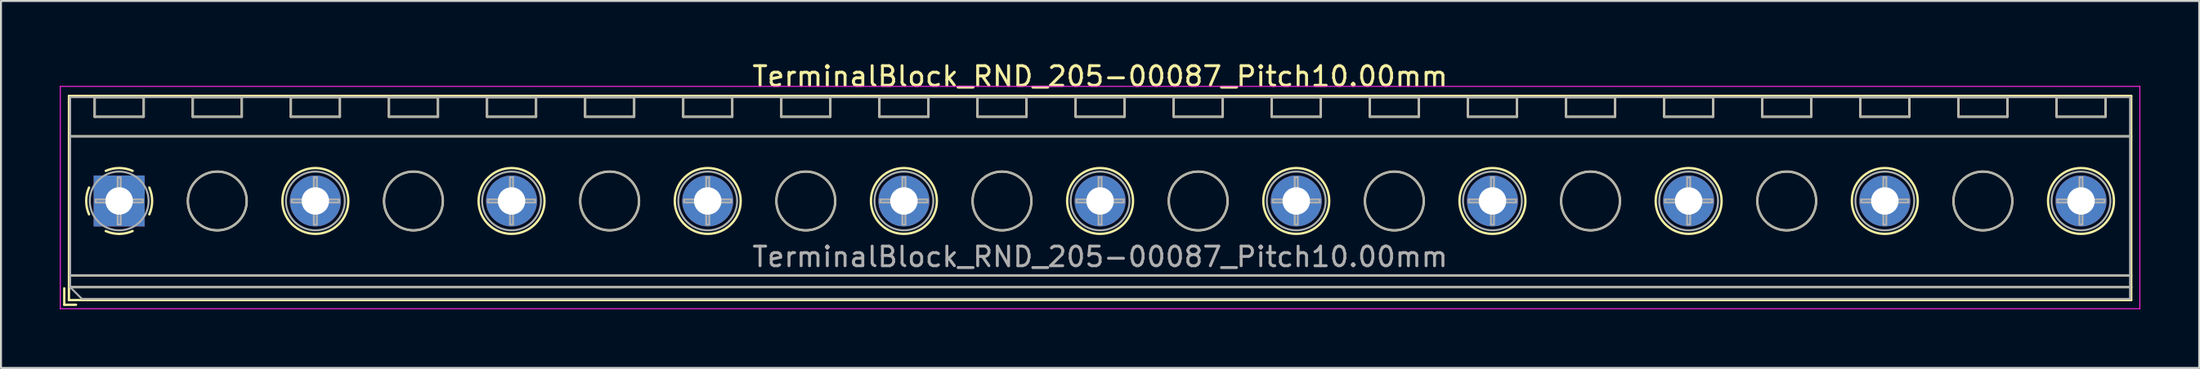
<source format=kicad_pcb>
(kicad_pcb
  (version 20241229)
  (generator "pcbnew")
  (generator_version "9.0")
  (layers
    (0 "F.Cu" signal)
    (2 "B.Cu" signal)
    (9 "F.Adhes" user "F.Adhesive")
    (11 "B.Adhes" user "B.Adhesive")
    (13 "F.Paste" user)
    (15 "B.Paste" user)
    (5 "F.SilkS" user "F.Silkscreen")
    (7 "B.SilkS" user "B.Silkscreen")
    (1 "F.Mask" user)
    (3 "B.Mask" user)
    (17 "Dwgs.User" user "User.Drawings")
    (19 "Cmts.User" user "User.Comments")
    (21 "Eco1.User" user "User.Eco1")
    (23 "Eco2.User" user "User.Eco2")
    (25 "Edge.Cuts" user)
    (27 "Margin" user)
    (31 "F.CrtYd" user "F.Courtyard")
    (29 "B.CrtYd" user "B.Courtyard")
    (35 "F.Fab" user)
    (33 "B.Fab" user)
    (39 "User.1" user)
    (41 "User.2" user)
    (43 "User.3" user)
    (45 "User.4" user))
  (footprint "TerminalBlock_RND_205-00087_Pitch10.00mm"
    (layer "F.Cu")
    (at 3.025 7.208)
    (property "Reference" "TerminalBlock_RND_205-00087_Pitch10.00mm" (at 50 -6.36 0) (layer "F.SilkS") (effects (font (size 1 1) (thickness 0.15))))
    (attr through_hole)
    (fp_line (start -2.8 4.46) (end -2.8 5.3) (stroke (width 0.12) (type solid)) (layer "F.SilkS"))
    (fp_line (start -2.8 5.3) (end -2.2 5.3) (stroke (width 0.12) (type solid)) (layer "F.SilkS"))
    (fp_line (start -2.56 -5.36) (end -2.56 5.06) (stroke (width 0.12) (type solid)) (layer "F.SilkS"))
    (fp_line (start -2.56 -3.3) (end 102.56 -3.3) (stroke (width 0.12) (type solid)) (layer "F.SilkS"))
    (fp_line (start -2.56 3.8) (end 102.56 3.8) (stroke (width 0.12) (type solid)) (layer "F.SilkS"))
    (fp_line (start -2.56 4.4) (end 102.56 4.4) (stroke (width 0.12) (type solid)) (layer "F.SilkS"))
    (fp_line (start -2.56 5.06) (end 102.56 5.06) (stroke (width 0.12) (type solid)) (layer "F.SilkS"))
    (fp_line (start -1.25 -5.301) (end -1.25 -4.301) (stroke (width 0.12) (type solid)) (layer "F.SilkS"))
    (fp_line (start -1.25 -5.301) (end 1.25 -5.301) (stroke (width 0.12) (type solid)) (layer "F.SilkS"))
    (fp_line (start -1.25 -4.301) (end 1.25 -4.301) (stroke (width 0.12) (type solid)) (layer "F.SilkS"))
    (fp_line (start 1.25 -5.301) (end 1.25 -4.301) (stroke (width 0.12) (type solid)) (layer "F.SilkS"))
    (fp_line (start 3.75 -5.301) (end 3.75 -4.301) (stroke (width 0.12) (type solid)) (layer "F.SilkS"))
    (fp_line (start 3.75 -5.301) (end 6.25 -5.301) (stroke (width 0.12) (type solid)) (layer "F.SilkS"))
    (fp_line (start 3.75 -4.301) (end 6.25 -4.301) (stroke (width 0.12) (type solid)) (layer "F.SilkS"))
    (fp_line (start 6.25 -5.301) (end 6.25 -4.301) (stroke (width 0.12) (type solid)) (layer "F.SilkS"))
    (fp_line (start 8.75 -5.301) (end 8.75 -4.301) (stroke (width 0.12) (type solid)) (layer "F.SilkS"))
    (fp_line (start 8.75 -5.301) (end 11.25 -5.301) (stroke (width 0.12) (type solid)) (layer "F.SilkS"))
    (fp_line (start 8.75 -4.301) (end 11.25 -4.301) (stroke (width 0.12) (type solid)) (layer "F.SilkS"))
    (fp_line (start 11.25 -5.301) (end 11.25 -4.301) (stroke (width 0.12) (type solid)) (layer "F.SilkS"))
    (fp_line (start 13.75 -5.301) (end 13.75 -4.301) (stroke (width 0.12) (type solid)) (layer "F.SilkS"))
    (fp_line (start 13.75 -5.301) (end 16.25 -5.301) (stroke (width 0.12) (type solid)) (layer "F.SilkS"))
    (fp_line (start 13.75 -4.301) (end 16.25 -4.301) (stroke (width 0.12) (type solid)) (layer "F.SilkS"))
    (fp_line (start 16.25 -5.301) (end 16.25 -4.301) (stroke (width 0.12) (type solid)) (layer "F.SilkS"))
    (fp_line (start 18.75 -5.301) (end 18.75 -4.301) (stroke (width 0.12) (type solid)) (layer "F.SilkS"))
    (fp_line (start 18.75 -5.301) (end 21.25 -5.301) (stroke (width 0.12) (type solid)) (layer "F.SilkS"))
    (fp_line (start 18.75 -4.301) (end 21.25 -4.301) (stroke (width 0.12) (type solid)) (layer "F.SilkS"))
    (fp_line (start 21.25 -5.301) (end 21.25 -4.301) (stroke (width 0.12) (type solid)) (layer "F.SilkS"))
    (fp_line (start 23.75 -5.301) (end 23.75 -4.301) (stroke (width 0.12) (type solid)) (layer "F.SilkS"))
    (fp_line (start 23.75 -5.301) (end 26.25 -5.301) (stroke (width 0.12) (type solid)) (layer "F.SilkS"))
    (fp_line (start 23.75 -4.301) (end 26.25 -4.301) (stroke (width 0.12) (type solid)) (layer "F.SilkS"))
    (fp_line (start 26.25 -5.301) (end 26.25 -4.301) (stroke (width 0.12) (type solid)) (layer "F.SilkS"))
    (fp_line (start 28.75 -5.301) (end 28.75 -4.301) (stroke (width 0.12) (type solid)) (layer "F.SilkS"))
    (fp_line (start 28.75 -5.301) (end 31.25 -5.301) (stroke (width 0.12) (type solid)) (layer "F.SilkS"))
    (fp_line (start 28.75 -4.301) (end 31.25 -4.301) (stroke (width 0.12) (type solid)) (layer "F.SilkS"))
    (fp_line (start 31.25 -5.301) (end 31.25 -4.301) (stroke (width 0.12) (type solid)) (layer "F.SilkS"))
    (fp_line (start 33.75 -5.301) (end 33.75 -4.301) (stroke (width 0.12) (type solid)) (layer "F.SilkS"))
    (fp_line (start 33.75 -5.301) (end 36.25 -5.301) (stroke (width 0.12) (type solid)) (layer "F.SilkS"))
    (fp_line (start 33.75 -4.301) (end 36.25 -4.301) (stroke (width 0.12) (type solid)) (layer "F.SilkS"))
    (fp_line (start 36.25 -5.301) (end 36.25 -4.301) (stroke (width 0.12) (type solid)) (layer "F.SilkS"))
    (fp_line (start 38.75 -5.301) (end 38.75 -4.301) (stroke (width 0.12) (type solid)) (layer "F.SilkS"))
    (fp_line (start 38.75 -5.301) (end 41.25 -5.301) (stroke (width 0.12) (type solid)) (layer "F.SilkS"))
    (fp_line (start 38.75 -4.301) (end 41.25 -4.301) (stroke (width 0.12) (type solid)) (layer "F.SilkS"))
    (fp_line (start 41.25 -5.301) (end 41.25 -4.301) (stroke (width 0.12) (type solid)) (layer "F.SilkS"))
    (fp_line (start 43.75 -5.301) (end 43.75 -4.301) (stroke (width 0.12) (type solid)) (layer "F.SilkS"))
    (fp_line (start 43.75 -5.301) (end 46.25 -5.301) (stroke (width 0.12) (type solid)) (layer "F.SilkS"))
    (fp_line (start 43.75 -4.301) (end 46.25 -4.301) (stroke (width 0.12) (type solid)) (layer "F.SilkS"))
    (fp_line (start 46.25 -5.301) (end 46.25 -4.301) (stroke (width 0.12) (type solid)) (layer "F.SilkS"))
    (fp_line (start 48.75 -5.301) (end 48.75 -4.301) (stroke (width 0.12) (type solid)) (layer "F.SilkS"))
    (fp_line (start 48.75 -5.301) (end 51.25 -5.301) (stroke (width 0.12) (type solid)) (layer "F.SilkS"))
    (fp_line (start 48.75 -4.301) (end 51.25 -4.301) (stroke (width 0.12) (type solid)) (layer "F.SilkS"))
    (fp_line (start 51.25 -5.301) (end 51.25 -4.301) (stroke (width 0.12) (type solid)) (layer "F.SilkS"))
    (fp_line (start 53.75 -5.301) (end 53.75 -4.301) (stroke (width 0.12) (type solid)) (layer "F.SilkS"))
    (fp_line (start 53.75 -5.301) (end 56.25 -5.301) (stroke (width 0.12) (type solid)) (layer "F.SilkS"))
    (fp_line (start 53.75 -4.301) (end 56.25 -4.301) (stroke (width 0.12) (type solid)) (layer "F.SilkS"))
    (fp_line (start 56.25 -5.301) (end 56.25 -4.301) (stroke (width 0.12) (type solid)) (layer "F.SilkS"))
    (fp_line (start 58.75 -5.301) (end 58.75 -4.301) (stroke (width 0.12) (type solid)) (layer "F.SilkS"))
    (fp_line (start 58.75 -5.301) (end 61.25 -5.301) (stroke (width 0.12) (type solid)) (layer "F.SilkS"))
    (fp_line (start 58.75 -4.301) (end 61.25 -4.301) (stroke (width 0.12) (type solid)) (layer "F.SilkS"))
    (fp_line (start 61.25 -5.301) (end 61.25 -4.301) (stroke (width 0.12) (type solid)) (layer "F.SilkS"))
    (fp_line (start 63.75 -5.301) (end 63.75 -4.301) (stroke (width 0.12) (type solid)) (layer "F.SilkS"))
    (fp_line (start 63.75 -5.301) (end 66.25 -5.301) (stroke (width 0.12) (type solid)) (layer "F.SilkS"))
    (fp_line (start 63.75 -4.301) (end 66.25 -4.301) (stroke (width 0.12) (type solid)) (layer "F.SilkS"))
    (fp_line (start 66.25 -5.301) (end 66.25 -4.301) (stroke (width 0.12) (type solid)) (layer "F.SilkS"))
    (fp_line (start 68.75 -5.301) (end 68.75 -4.301) (stroke (width 0.12) (type solid)) (layer "F.SilkS"))
    (fp_line (start 68.75 -5.301) (end 71.25 -5.301) (stroke (width 0.12) (type solid)) (layer "F.SilkS"))
    (fp_line (start 68.75 -4.301) (end 71.25 -4.301) (stroke (width 0.12) (type solid)) (layer "F.SilkS"))
    (fp_line (start 71.25 -5.301) (end 71.25 -4.301) (stroke (width 0.12) (type solid)) (layer "F.SilkS"))
    (fp_line (start 73.75 -5.301) (end 73.75 -4.301) (stroke (width 0.12) (type solid)) (layer "F.SilkS"))
    (fp_line (start 73.75 -5.301) (end 76.25 -5.301) (stroke (width 0.12) (type solid)) (layer "F.SilkS"))
    (fp_line (start 73.75 -4.301) (end 76.25 -4.301) (stroke (width 0.12) (type solid)) (layer "F.SilkS"))
    (fp_line (start 76.25 -5.301) (end 76.25 -4.301) (stroke (width 0.12) (type solid)) (layer "F.SilkS"))
    (fp_line (start 78.75 -5.301) (end 78.75 -4.301) (stroke (width 0.12) (type solid)) (layer "F.SilkS"))
    (fp_line (start 78.75 -5.301) (end 81.25 -5.301) (stroke (width 0.12) (type solid)) (layer "F.SilkS"))
    (fp_line (start 78.75 -4.301) (end 81.25 -4.301) (stroke (width 0.12) (type solid)) (layer "F.SilkS"))
    (fp_line (start 81.25 -5.301) (end 81.25 -4.301) (stroke (width 0.12) (type solid)) (layer "F.SilkS"))
    (fp_line (start 83.75 -5.301) (end 83.75 -4.301) (stroke (width 0.12) (type solid)) (layer "F.SilkS"))
    (fp_line (start 83.75 -5.301) (end 86.25 -5.301) (stroke (width 0.12) (type solid)) (layer "F.SilkS"))
    (fp_line (start 83.75 -4.301) (end 86.25 -4.301) (stroke (width 0.12) (type solid)) (layer "F.SilkS"))
    (fp_line (start 86.25 -5.301) (end 86.25 -4.301) (stroke (width 0.12) (type solid)) (layer "F.SilkS"))
    (fp_line (start 88.75 -5.301) (end 88.75 -4.301) (stroke (width 0.12) (type solid)) (layer "F.SilkS"))
    (fp_line (start 88.75 -5.301) (end 91.25 -5.301) (stroke (width 0.12) (type solid)) (layer "F.SilkS"))
    (fp_line (start 88.75 -4.301) (end 91.25 -4.301) (stroke (width 0.12) (type solid)) (layer "F.SilkS"))
    (fp_line (start 91.25 -5.301) (end 91.25 -4.301) (stroke (width 0.12) (type solid)) (layer "F.SilkS"))
    (fp_line (start 93.75 -5.301) (end 93.75 -4.301) (stroke (width 0.12) (type solid)) (layer "F.SilkS"))
    (fp_line (start 93.75 -5.301) (end 96.25 -5.301) (stroke (width 0.12) (type solid)) (layer "F.SilkS"))
    (fp_line (start 93.75 -4.301) (end 96.25 -4.301) (stroke (width 0.12) (type solid)) (layer "F.SilkS"))
    (fp_line (start 96.25 -5.301) (end 96.25 -4.301) (stroke (width 0.12) (type solid)) (layer "F.SilkS"))
    (fp_line (start 98.75 -5.301) (end 98.75 -4.301) (stroke (width 0.12) (type solid)) (layer "F.SilkS"))
    (fp_line (start 98.75 -5.301) (end 101.25 -5.301) (stroke (width 0.12) (type solid)) (layer "F.SilkS"))
    (fp_line (start 98.75 -4.301) (end 101.25 -4.301) (stroke (width 0.12) (type solid)) (layer "F.SilkS"))
    (fp_line (start 101.25 -5.301) (end 101.25 -4.301) (stroke (width 0.12) (type solid)) (layer "F.SilkS"))
    (fp_line (start 102.56 -5.36) (end -2.56 -5.36) (stroke (width 0.12) (type solid)) (layer "F.SilkS"))
    (fp_line (start 102.56 5.06) (end 102.56 -5.36) (stroke (width 0.12) (type solid)) (layer "F.SilkS"))
    (fp_arc (start -1.535427 0.683042) (mid -1.680501 -0.000524) (end -1.535 -0.684) (stroke (width 0.12) (type solid)) (layer "F.SilkS"))
    (fp_arc (start -0.683042 -1.535427) (mid 0.000524 -1.680501) (end 0.684 -1.535) (stroke (width 0.12) (type solid)) (layer "F.SilkS"))
    (fp_arc (start 0.028805 1.680253) (mid -0.335551 1.646659) (end -0.684 1.535) (stroke (width 0.12) (type solid)) (layer "F.SilkS"))
    (fp_arc (start 0.683318 1.534756) (mid 0.349292 1.643288) (end 0 1.68) (stroke (width 0.12) (type solid)) (layer "F.SilkS"))
    (fp_arc (start 1.535427 -0.683042) (mid 1.680501 0.000524) (end 1.535 0.684) (stroke (width 0.12) (type solid)) (layer "F.SilkS"))
    (fp_circle (center 5 0) (end 6.5 0) (stroke (width 0.12) (type solid)) (fill no) (layer "F.SilkS"))
    (fp_circle (center 10 0) (end 11.68 0) (stroke (width 0.12) (type solid)) (fill no) (layer "F.SilkS"))
    (fp_circle (center 15 0) (end 16.5 0) (stroke (width 0.12) (type solid)) (fill no) (layer "F.SilkS"))
    (fp_circle (center 20 0) (end 21.68 0) (stroke (width 0.12) (type solid)) (fill no) (layer "F.SilkS"))
    (fp_circle (center 25 0) (end 26.5 0) (stroke (width 0.12) (type solid)) (fill no) (layer "F.SilkS"))
    (fp_circle (center 30 0) (end 31.68 0) (stroke (width 0.12) (type solid)) (fill no) (layer "F.SilkS"))
    (fp_circle (center 35 0) (end 36.5 0) (stroke (width 0.12) (type solid)) (fill no) (layer "F.SilkS"))
    (fp_circle (center 40 0) (end 41.68 0) (stroke (width 0.12) (type solid)) (fill no) (layer "F.SilkS"))
    (fp_circle (center 45 0) (end 46.5 0) (stroke (width 0.12) (type solid)) (fill no) (layer "F.SilkS"))
    (fp_circle (center 50 0) (end 51.68 0) (stroke (width 0.12) (type solid)) (fill no) (layer "F.SilkS"))
    (fp_circle (center 55 0) (end 56.5 0) (stroke (width 0.12) (type solid)) (fill no) (layer "F.SilkS"))
    (fp_circle (center 60 0) (end 61.68 0) (stroke (width 0.12) (type solid)) (fill no) (layer "F.SilkS"))
    (fp_circle (center 65 0) (end 66.5 0) (stroke (width 0.12) (type solid)) (fill no) (layer "F.SilkS"))
    (fp_circle (center 70 0) (end 71.68 0) (stroke (width 0.12) (type solid)) (fill no) (layer "F.SilkS"))
    (fp_circle (center 75 0) (end 76.5 0) (stroke (width 0.12) (type solid)) (fill no) (layer "F.SilkS"))
    (fp_circle (center 80 0) (end 81.68 0) (stroke (width 0.12) (type solid)) (fill no) (layer "F.SilkS"))
    (fp_circle (center 85 0) (end 86.5 0) (stroke (width 0.12) (type solid)) (fill no) (layer "F.SilkS"))
    (fp_circle (center 90 0) (end 91.68 0) (stroke (width 0.12) (type solid)) (fill no) (layer "F.SilkS"))
    (fp_circle (center 95 0) (end 96.5 0) (stroke (width 0.12) (type solid)) (fill no) (layer "F.SilkS"))
    (fp_circle (center 100 0) (end 101.68 0) (stroke (width 0.12) (type solid)) (fill no) (layer "F.SilkS"))
    (fp_line (start -3 -5.85) (end -3 5.5) (stroke (width 0.05) (type solid)) (layer "F.CrtYd"))
    (fp_line (start -3 5.5) (end 103 5.5) (stroke (width 0.05) (type solid)) (layer "F.CrtYd"))
    (fp_line (start 103 -5.85) (end -3 -5.85) (stroke (width 0.05) (type solid)) (layer "F.CrtYd"))
    (fp_line (start 103 5.5) (end 103 -5.85) (stroke (width 0.05) (type solid)) (layer "F.CrtYd"))
    (fp_line (start -2.5 -5.3) (end 102.5 -5.3) (stroke (width 0.1) (type solid)) (layer "F.Fab"))
    (fp_line (start -2.5 -3.3) (end 102.5 -3.3) (stroke (width 0.1) (type solid)) (layer "F.Fab"))
    (fp_line (start -2.5 3.8) (end 102.5 3.8) (stroke (width 0.1) (type solid)) (layer "F.Fab"))
    (fp_line (start -2.5 4.4) (end -2.5 -5.3) (stroke (width 0.1) (type solid)) (layer "F.Fab"))
    (fp_line (start -2.5 4.4) (end 102.5 4.4) (stroke (width 0.1) (type solid)) (layer "F.Fab"))
    (fp_line (start -1.9 5) (end -2.5 4.4) (stroke (width 0.1) (type solid)) (layer "F.Fab"))
    (fp_line (start -1.25 -5.3) (end -1.25 -4.3) (stroke (width 0.1) (type solid)) (layer "F.Fab"))
    (fp_line (start -1.25 -4.3) (end 1.25 -4.3) (stroke (width 0.1) (type solid)) (layer "F.Fab"))
    (fp_line (start -1.201 -0.076) (end -0.076 -0.076) (stroke (width 0.1) (type solid)) (layer "F.Fab"))
    (fp_line (start -1.201 0.076) (end -1.201 -0.076) (stroke (width 0.1) (type solid)) (layer "F.Fab"))
    (fp_line (start -0.076 -1.201) (end 0.076 -1.201) (stroke (width 0.1) (type solid)) (layer "F.Fab"))
    (fp_line (start -0.076 -0.076) (end -0.076 -1.201) (stroke (width 0.1) (type solid)) (layer "F.Fab"))
    (fp_line (start -0.076 0.076) (end -1.201 0.076) (stroke (width 0.1) (type solid)) (layer "F.Fab"))
    (fp_line (start -0.076 1.201) (end -0.076 0.076) (stroke (width 0.1) (type solid)) (layer "F.Fab"))
    (fp_line (start 0.076 -1.201) (end 0.076 -0.076) (stroke (width 0.1) (type solid)) (layer "F.Fab"))
    (fp_line (start 0.076 -0.076) (end 1.201 -0.076) (stroke (width 0.1) (type solid)) (layer "F.Fab"))
    (fp_line (start 0.076 0.076) (end 0.076 1.201) (stroke (width 0.1) (type solid)) (layer "F.Fab"))
    (fp_line (start 0.076 1.201) (end -0.076 1.201) (stroke (width 0.1) (type solid)) (layer "F.Fab"))
    (fp_line (start 1.201 -0.076) (end 1.201 0.076) (stroke (width 0.1) (type solid)) (layer "F.Fab"))
    (fp_line (start 1.201 0.076) (end 0.076 0.076) (stroke (width 0.1) (type solid)) (layer "F.Fab"))
    (fp_line (start 1.25 -5.3) (end -1.25 -5.3) (stroke (width 0.1) (type solid)) (layer "F.Fab"))
    (fp_line (start 1.25 -4.3) (end 1.25 -5.3) (stroke (width 0.1) (type solid)) (layer "F.Fab"))
    (fp_line (start 3.75 -5.3) (end 3.75 -4.3) (stroke (width 0.1) (type solid)) (layer "F.Fab"))
    (fp_line (start 3.75 -4.3) (end 6.25 -4.3) (stroke (width 0.1) (type solid)) (layer "F.Fab"))
    (fp_line (start 6.25 -5.3) (end 3.75 -5.3) (stroke (width 0.1) (type solid)) (layer "F.Fab"))
    (fp_line (start 6.25 -4.3) (end 6.25 -5.3) (stroke (width 0.1) (type solid)) (layer "F.Fab"))
    (fp_line (start 8.75 -5.3) (end 8.75 -4.3) (stroke (width 0.1) (type solid)) (layer "F.Fab"))
    (fp_line (start 8.75 -4.3) (end 11.25 -4.3) (stroke (width 0.1) (type solid)) (layer "F.Fab"))
    (fp_line (start 8.799 -0.076) (end 9.924 -0.076) (stroke (width 0.1) (type solid)) (layer "F.Fab"))
    (fp_line (start 8.799 0.076) (end 8.799 -0.076) (stroke (width 0.1) (type solid)) (layer "F.Fab"))
    (fp_line (start 9.924 -1.201) (end 10.076 -1.201) (stroke (width 0.1) (type solid)) (layer "F.Fab"))
    (fp_line (start 9.924 -0.076) (end 9.924 -1.201) (stroke (width 0.1) (type solid)) (layer "F.Fab"))
    (fp_line (start 9.924 0.076) (end 8.799 0.076) (stroke (width 0.1) (type solid)) (layer "F.Fab"))
    (fp_line (start 9.924 1.201) (end 9.924 0.076) (stroke (width 0.1) (type solid)) (layer "F.Fab"))
    (fp_line (start 10.076 -1.201) (end 10.076 -0.076) (stroke (width 0.1) (type solid)) (layer "F.Fab"))
    (fp_line (start 10.076 -0.076) (end 11.201 -0.076) (stroke (width 0.1) (type solid)) (layer "F.Fab"))
    (fp_line (start 10.076 0.076) (end 10.076 1.201) (stroke (width 0.1) (type solid)) (layer "F.Fab"))
    (fp_line (start 10.076 1.201) (end 9.924 1.201) (stroke (width 0.1) (type solid)) (layer "F.Fab"))
    (fp_line (start 11.201 -0.076) (end 11.201 0.076) (stroke (width 0.1) (type solid)) (layer "F.Fab"))
    (fp_line (start 11.201 0.076) (end 10.076 0.076) (stroke (width 0.1) (type solid)) (layer "F.Fab"))
    (fp_line (start 11.25 -5.3) (end 8.75 -5.3) (stroke (width 0.1) (type solid)) (layer "F.Fab"))
    (fp_line (start 11.25 -4.3) (end 11.25 -5.3) (stroke (width 0.1) (type solid)) (layer "F.Fab"))
    (fp_line (start 13.75 -5.3) (end 13.75 -4.3) (stroke (width 0.1) (type solid)) (layer "F.Fab"))
    (fp_line (start 13.75 -4.3) (end 16.25 -4.3) (stroke (width 0.1) (type solid)) (layer "F.Fab"))
    (fp_line (start 16.25 -5.3) (end 13.75 -5.3) (stroke (width 0.1) (type solid)) (layer "F.Fab"))
    (fp_line (start 16.25 -4.3) (end 16.25 -5.3) (stroke (width 0.1) (type solid)) (layer "F.Fab"))
    (fp_line (start 18.75 -5.3) (end 18.75 -4.3) (stroke (width 0.1) (type solid)) (layer "F.Fab"))
    (fp_line (start 18.75 -4.3) (end 21.25 -4.3) (stroke (width 0.1) (type solid)) (layer "F.Fab"))
    (fp_line (start 18.799 -0.076) (end 19.924 -0.076) (stroke (width 0.1) (type solid)) (layer "F.Fab"))
    (fp_line (start 18.799 0.076) (end 18.799 -0.076) (stroke (width 0.1) (type solid)) (layer "F.Fab"))
    (fp_line (start 19.924 -1.201) (end 20.076 -1.201) (stroke (width 0.1) (type solid)) (layer "F.Fab"))
    (fp_line (start 19.924 -0.076) (end 19.924 -1.201) (stroke (width 0.1) (type solid)) (layer "F.Fab"))
    (fp_line (start 19.924 0.076) (end 18.799 0.076) (stroke (width 0.1) (type solid)) (layer "F.Fab"))
    (fp_line (start 19.924 1.201) (end 19.924 0.076) (stroke (width 0.1) (type solid)) (layer "F.Fab"))
    (fp_line (start 20.076 -1.201) (end 20.076 -0.076) (stroke (width 0.1) (type solid)) (layer "F.Fab"))
    (fp_line (start 20.076 -0.076) (end 21.201 -0.076) (stroke (width 0.1) (type solid)) (layer "F.Fab"))
    (fp_line (start 20.076 0.076) (end 20.076 1.201) (stroke (width 0.1) (type solid)) (layer "F.Fab"))
    (fp_line (start 20.076 1.201) (end 19.924 1.201) (stroke (width 0.1) (type solid)) (layer "F.Fab"))
    (fp_line (start 21.201 -0.076) (end 21.201 0.076) (stroke (width 0.1) (type solid)) (layer "F.Fab"))
    (fp_line (start 21.201 0.076) (end 20.076 0.076) (stroke (width 0.1) (type solid)) (layer "F.Fab"))
    (fp_line (start 21.25 -5.3) (end 18.75 -5.3) (stroke (width 0.1) (type solid)) (layer "F.Fab"))
    (fp_line (start 21.25 -4.3) (end 21.25 -5.3) (stroke (width 0.1) (type solid)) (layer "F.Fab"))
    (fp_line (start 23.75 -5.3) (end 23.75 -4.3) (stroke (width 0.1) (type solid)) (layer "F.Fab"))
    (fp_line (start 23.75 -4.3) (end 26.25 -4.3) (stroke (width 0.1) (type solid)) (layer "F.Fab"))
    (fp_line (start 26.25 -5.3) (end 23.75 -5.3) (stroke (width 0.1) (type solid)) (layer "F.Fab"))
    (fp_line (start 26.25 -4.3) (end 26.25 -5.3) (stroke (width 0.1) (type solid)) (layer "F.Fab"))
    (fp_line (start 28.75 -5.3) (end 28.75 -4.3) (stroke (width 0.1) (type solid)) (layer "F.Fab"))
    (fp_line (start 28.75 -4.3) (end 31.25 -4.3) (stroke (width 0.1) (type solid)) (layer "F.Fab"))
    (fp_line (start 28.799 -0.076) (end 29.924 -0.076) (stroke (width 0.1) (type solid)) (layer "F.Fab"))
    (fp_line (start 28.799 0.076) (end 28.799 -0.076) (stroke (width 0.1) (type solid)) (layer "F.Fab"))
    (fp_line (start 29.924 -1.201) (end 30.076 -1.201) (stroke (width 0.1) (type solid)) (layer "F.Fab"))
    (fp_line (start 29.924 -0.076) (end 29.924 -1.201) (stroke (width 0.1) (type solid)) (layer "F.Fab"))
    (fp_line (start 29.924 0.076) (end 28.799 0.076) (stroke (width 0.1) (type solid)) (layer "F.Fab"))
    (fp_line (start 29.924 1.201) (end 29.924 0.076) (stroke (width 0.1) (type solid)) (layer "F.Fab"))
    (fp_line (start 30.076 -1.201) (end 30.076 -0.076) (stroke (width 0.1) (type solid)) (layer "F.Fab"))
    (fp_line (start 30.076 -0.076) (end 31.201 -0.076) (stroke (width 0.1) (type solid)) (layer "F.Fab"))
    (fp_line (start 30.076 0.076) (end 30.076 1.201) (stroke (width 0.1) (type solid)) (layer "F.Fab"))
    (fp_line (start 30.076 1.201) (end 29.924 1.201) (stroke (width 0.1) (type solid)) (layer "F.Fab"))
    (fp_line (start 31.201 -0.076) (end 31.201 0.076) (stroke (width 0.1) (type solid)) (layer "F.Fab"))
    (fp_line (start 31.201 0.076) (end 30.076 0.076) (stroke (width 0.1) (type solid)) (layer "F.Fab"))
    (fp_line (start 31.25 -5.3) (end 28.75 -5.3) (stroke (width 0.1) (type solid)) (layer "F.Fab"))
    (fp_line (start 31.25 -4.3) (end 31.25 -5.3) (stroke (width 0.1) (type solid)) (layer "F.Fab"))
    (fp_line (start 33.75 -5.3) (end 33.75 -4.3) (stroke (width 0.1) (type solid)) (layer "F.Fab"))
    (fp_line (start 33.75 -4.3) (end 36.25 -4.3) (stroke (width 0.1) (type solid)) (layer "F.Fab"))
    (fp_line (start 36.25 -5.3) (end 33.75 -5.3) (stroke (width 0.1) (type solid)) (layer "F.Fab"))
    (fp_line (start 36.25 -4.3) (end 36.25 -5.3) (stroke (width 0.1) (type solid)) (layer "F.Fab"))
    (fp_line (start 38.75 -5.3) (end 38.75 -4.3) (stroke (width 0.1) (type solid)) (layer "F.Fab"))
    (fp_line (start 38.75 -4.3) (end 41.25 -4.3) (stroke (width 0.1) (type solid)) (layer "F.Fab"))
    (fp_line (start 38.799 -0.076) (end 39.924 -0.076) (stroke (width 0.1) (type solid)) (layer "F.Fab"))
    (fp_line (start 38.799 0.076) (end 38.799 -0.076) (stroke (width 0.1) (type solid)) (layer "F.Fab"))
    (fp_line (start 39.924 -1.201) (end 40.076 -1.201) (stroke (width 0.1) (type solid)) (layer "F.Fab"))
    (fp_line (start 39.924 -0.076) (end 39.924 -1.201) (stroke (width 0.1) (type solid)) (layer "F.Fab"))
    (fp_line (start 39.924 0.076) (end 38.799 0.076) (stroke (width 0.1) (type solid)) (layer "F.Fab"))
    (fp_line (start 39.924 1.201) (end 39.924 0.076) (stroke (width 0.1) (type solid)) (layer "F.Fab"))
    (fp_line (start 40.076 -1.201) (end 40.076 -0.076) (stroke (width 0.1) (type solid)) (layer "F.Fab"))
    (fp_line (start 40.076 -0.076) (end 41.201 -0.076) (stroke (width 0.1) (type solid)) (layer "F.Fab"))
    (fp_line (start 40.076 0.076) (end 40.076 1.201) (stroke (width 0.1) (type solid)) (layer "F.Fab"))
    (fp_line (start 40.076 1.201) (end 39.924 1.201) (stroke (width 0.1) (type solid)) (layer "F.Fab"))
    (fp_line (start 41.201 -0.076) (end 41.201 0.076) (stroke (width 0.1) (type solid)) (layer "F.Fab"))
    (fp_line (start 41.201 0.076) (end 40.076 0.076) (stroke (width 0.1) (type solid)) (layer "F.Fab"))
    (fp_line (start 41.25 -5.3) (end 38.75 -5.3) (stroke (width 0.1) (type solid)) (layer "F.Fab"))
    (fp_line (start 41.25 -4.3) (end 41.25 -5.3) (stroke (width 0.1) (type solid)) (layer "F.Fab"))
    (fp_line (start 43.75 -5.3) (end 43.75 -4.3) (stroke (width 0.1) (type solid)) (layer "F.Fab"))
    (fp_line (start 43.75 -4.3) (end 46.25 -4.3) (stroke (width 0.1) (type solid)) (layer "F.Fab"))
    (fp_line (start 46.25 -5.3) (end 43.75 -5.3) (stroke (width 0.1) (type solid)) (layer "F.Fab"))
    (fp_line (start 46.25 -4.3) (end 46.25 -5.3) (stroke (width 0.1) (type solid)) (layer "F.Fab"))
    (fp_line (start 48.75 -5.3) (end 48.75 -4.3) (stroke (width 0.1) (type solid)) (layer "F.Fab"))
    (fp_line (start 48.75 -4.3) (end 51.25 -4.3) (stroke (width 0.1) (type solid)) (layer "F.Fab"))
    (fp_line (start 48.799 -0.076) (end 49.924 -0.076) (stroke (width 0.1) (type solid)) (layer "F.Fab"))
    (fp_line (start 48.799 0.076) (end 48.799 -0.076) (stroke (width 0.1) (type solid)) (layer "F.Fab"))
    (fp_line (start 49.924 -1.201) (end 50.076 -1.201) (stroke (width 0.1) (type solid)) (layer "F.Fab"))
    (fp_line (start 49.924 -0.076) (end 49.924 -1.201) (stroke (width 0.1) (type solid)) (layer "F.Fab"))
    (fp_line (start 49.924 0.076) (end 48.799 0.076) (stroke (width 0.1) (type solid)) (layer "F.Fab"))
    (fp_line (start 49.924 1.201) (end 49.924 0.076) (stroke (width 0.1) (type solid)) (layer "F.Fab"))
    (fp_line (start 50.076 -1.201) (end 50.076 -0.076) (stroke (width 0.1) (type solid)) (layer "F.Fab"))
    (fp_line (start 50.076 -0.076) (end 51.201 -0.076) (stroke (width 0.1) (type solid)) (layer "F.Fab"))
    (fp_line (start 50.076 0.076) (end 50.076 1.201) (stroke (width 0.1) (type solid)) (layer "F.Fab"))
    (fp_line (start 50.076 1.201) (end 49.924 1.201) (stroke (width 0.1) (type solid)) (layer "F.Fab"))
    (fp_line (start 51.201 -0.076) (end 51.201 0.076) (stroke (width 0.1) (type solid)) (layer "F.Fab"))
    (fp_line (start 51.201 0.076) (end 50.076 0.076) (stroke (width 0.1) (type solid)) (layer "F.Fab"))
    (fp_line (start 51.25 -5.3) (end 48.75 -5.3) (stroke (width 0.1) (type solid)) (layer "F.Fab"))
    (fp_line (start 51.25 -4.3) (end 51.25 -5.3) (stroke (width 0.1) (type solid)) (layer "F.Fab"))
    (fp_line (start 53.75 -5.3) (end 53.75 -4.3) (stroke (width 0.1) (type solid)) (layer "F.Fab"))
    (fp_line (start 53.75 -4.3) (end 56.25 -4.3) (stroke (width 0.1) (type solid)) (layer "F.Fab"))
    (fp_line (start 56.25 -5.3) (end 53.75 -5.3) (stroke (width 0.1) (type solid)) (layer "F.Fab"))
    (fp_line (start 56.25 -4.3) (end 56.25 -5.3) (stroke (width 0.1) (type solid)) (layer "F.Fab"))
    (fp_line (start 58.75 -5.3) (end 58.75 -4.3) (stroke (width 0.1) (type solid)) (layer "F.Fab"))
    (fp_line (start 58.75 -4.3) (end 61.25 -4.3) (stroke (width 0.1) (type solid)) (layer "F.Fab"))
    (fp_line (start 58.799 -0.076) (end 59.924 -0.076) (stroke (width 0.1) (type solid)) (layer "F.Fab"))
    (fp_line (start 58.799 0.076) (end 58.799 -0.076) (stroke (width 0.1) (type solid)) (layer "F.Fab"))
    (fp_line (start 59.924 -1.201) (end 60.076 -1.201) (stroke (width 0.1) (type solid)) (layer "F.Fab"))
    (fp_line (start 59.924 -0.076) (end 59.924 -1.201) (stroke (width 0.1) (type solid)) (layer "F.Fab"))
    (fp_line (start 59.924 0.076) (end 58.799 0.076) (stroke (width 0.1) (type solid)) (layer "F.Fab"))
    (fp_line (start 59.924 1.201) (end 59.924 0.076) (stroke (width 0.1) (type solid)) (layer "F.Fab"))
    (fp_line (start 60.076 -1.201) (end 60.076 -0.076) (stroke (width 0.1) (type solid)) (layer "F.Fab"))
    (fp_line (start 60.076 -0.076) (end 61.201 -0.076) (stroke (width 0.1) (type solid)) (layer "F.Fab"))
    (fp_line (start 60.076 0.076) (end 60.076 1.201) (stroke (width 0.1) (type solid)) (layer "F.Fab"))
    (fp_line (start 60.076 1.201) (end 59.924 1.201) (stroke (width 0.1) (type solid)) (layer "F.Fab"))
    (fp_line (start 61.201 -0.076) (end 61.201 0.076) (stroke (width 0.1) (type solid)) (layer "F.Fab"))
    (fp_line (start 61.201 0.076) (end 60.076 0.076) (stroke (width 0.1) (type solid)) (layer "F.Fab"))
    (fp_line (start 61.25 -5.3) (end 58.75 -5.3) (stroke (width 0.1) (type solid)) (layer "F.Fab"))
    (fp_line (start 61.25 -4.3) (end 61.25 -5.3) (stroke (width 0.1) (type solid)) (layer "F.Fab"))
    (fp_line (start 63.75 -5.3) (end 63.75 -4.3) (stroke (width 0.1) (type solid)) (layer "F.Fab"))
    (fp_line (start 63.75 -4.3) (end 66.25 -4.3) (stroke (width 0.1) (type solid)) (layer "F.Fab"))
    (fp_line (start 66.25 -5.3) (end 63.75 -5.3) (stroke (width 0.1) (type solid)) (layer "F.Fab"))
    (fp_line (start 66.25 -4.3) (end 66.25 -5.3) (stroke (width 0.1) (type solid)) (layer "F.Fab"))
    (fp_line (start 68.75 -5.3) (end 68.75 -4.3) (stroke (width 0.1) (type solid)) (layer "F.Fab"))
    (fp_line (start 68.75 -4.3) (end 71.25 -4.3) (stroke (width 0.1) (type solid)) (layer "F.Fab"))
    (fp_line (start 68.799 -0.076) (end 69.924 -0.076) (stroke (width 0.1) (type solid)) (layer "F.Fab"))
    (fp_line (start 68.799 0.076) (end 68.799 -0.076) (stroke (width 0.1) (type solid)) (layer "F.Fab"))
    (fp_line (start 69.924 -1.201) (end 70.076 -1.201) (stroke (width 0.1) (type solid)) (layer "F.Fab"))
    (fp_line (start 69.924 -0.076) (end 69.924 -1.201) (stroke (width 0.1) (type solid)) (layer "F.Fab"))
    (fp_line (start 69.924 0.076) (end 68.799 0.076) (stroke (width 0.1) (type solid)) (layer "F.Fab"))
    (fp_line (start 69.924 1.201) (end 69.924 0.076) (stroke (width 0.1) (type solid)) (layer "F.Fab"))
    (fp_line (start 70.076 -1.201) (end 70.076 -0.076) (stroke (width 0.1) (type solid)) (layer "F.Fab"))
    (fp_line (start 70.076 -0.076) (end 71.201 -0.076) (stroke (width 0.1) (type solid)) (layer "F.Fab"))
    (fp_line (start 70.076 0.076) (end 70.076 1.201) (stroke (width 0.1) (type solid)) (layer "F.Fab"))
    (fp_line (start 70.076 1.201) (end 69.924 1.201) (stroke (width 0.1) (type solid)) (layer "F.Fab"))
    (fp_line (start 71.201 -0.076) (end 71.201 0.076) (stroke (width 0.1) (type solid)) (layer "F.Fab"))
    (fp_line (start 71.201 0.076) (end 70.076 0.076) (stroke (width 0.1) (type solid)) (layer "F.Fab"))
    (fp_line (start 71.25 -5.3) (end 68.75 -5.3) (stroke (width 0.1) (type solid)) (layer "F.Fab"))
    (fp_line (start 71.25 -4.3) (end 71.25 -5.3) (stroke (width 0.1) (type solid)) (layer "F.Fab"))
    (fp_line (start 73.75 -5.3) (end 73.75 -4.3) (stroke (width 0.1) (type solid)) (layer "F.Fab"))
    (fp_line (start 73.75 -4.3) (end 76.25 -4.3) (stroke (width 0.1) (type solid)) (layer "F.Fab"))
    (fp_line (start 76.25 -5.3) (end 73.75 -5.3) (stroke (width 0.1) (type solid)) (layer "F.Fab"))
    (fp_line (start 76.25 -4.3) (end 76.25 -5.3) (stroke (width 0.1) (type solid)) (layer "F.Fab"))
    (fp_line (start 78.75 -5.3) (end 78.75 -4.3) (stroke (width 0.1) (type solid)) (layer "F.Fab"))
    (fp_line (start 78.75 -4.3) (end 81.25 -4.3) (stroke (width 0.1) (type solid)) (layer "F.Fab"))
    (fp_line (start 78.799 -0.076) (end 79.924 -0.076) (stroke (width 0.1) (type solid)) (layer "F.Fab"))
    (fp_line (start 78.799 0.076) (end 78.799 -0.076) (stroke (width 0.1) (type solid)) (layer "F.Fab"))
    (fp_line (start 79.924 -1.201) (end 80.076 -1.201) (stroke (width 0.1) (type solid)) (layer "F.Fab"))
    (fp_line (start 79.924 -0.076) (end 79.924 -1.201) (stroke (width 0.1) (type solid)) (layer "F.Fab"))
    (fp_line (start 79.924 0.076) (end 78.799 0.076) (stroke (width 0.1) (type solid)) (layer "F.Fab"))
    (fp_line (start 79.924 1.201) (end 79.924 0.076) (stroke (width 0.1) (type solid)) (layer "F.Fab"))
    (fp_line (start 80.076 -1.201) (end 80.076 -0.076) (stroke (width 0.1) (type solid)) (layer "F.Fab"))
    (fp_line (start 80.076 -0.076) (end 81.201 -0.076) (stroke (width 0.1) (type solid)) (layer "F.Fab"))
    (fp_line (start 80.076 0.076) (end 80.076 1.201) (stroke (width 0.1) (type solid)) (layer "F.Fab"))
    (fp_line (start 80.076 1.201) (end 79.924 1.201) (stroke (width 0.1) (type solid)) (layer "F.Fab"))
    (fp_line (start 81.201 -0.076) (end 81.201 0.076) (stroke (width 0.1) (type solid)) (layer "F.Fab"))
    (fp_line (start 81.201 0.076) (end 80.076 0.076) (stroke (width 0.1) (type solid)) (layer "F.Fab"))
    (fp_line (start 81.25 -5.3) (end 78.75 -5.3) (stroke (width 0.1) (type solid)) (layer "F.Fab"))
    (fp_line (start 81.25 -4.3) (end 81.25 -5.3) (stroke (width 0.1) (type solid)) (layer "F.Fab"))
    (fp_line (start 83.75 -5.3) (end 83.75 -4.3) (stroke (width 0.1) (type solid)) (layer "F.Fab"))
    (fp_line (start 83.75 -4.3) (end 86.25 -4.3) (stroke (width 0.1) (type solid)) (layer "F.Fab"))
    (fp_line (start 86.25 -5.3) (end 83.75 -5.3) (stroke (width 0.1) (type solid)) (layer "F.Fab"))
    (fp_line (start 86.25 -4.3) (end 86.25 -5.3) (stroke (width 0.1) (type solid)) (layer "F.Fab"))
    (fp_line (start 88.75 -5.3) (end 88.75 -4.3) (stroke (width 0.1) (type solid)) (layer "F.Fab"))
    (fp_line (start 88.75 -4.3) (end 91.25 -4.3) (stroke (width 0.1) (type solid)) (layer "F.Fab"))
    (fp_line (start 88.799 -0.076) (end 89.924 -0.076) (stroke (width 0.1) (type solid)) (layer "F.Fab"))
    (fp_line (start 88.799 0.076) (end 88.799 -0.076) (stroke (width 0.1) (type solid)) (layer "F.Fab"))
    (fp_line (start 89.924 -1.201) (end 90.076 -1.201) (stroke (width 0.1) (type solid)) (layer "F.Fab"))
    (fp_line (start 89.924 -0.076) (end 89.924 -1.201) (stroke (width 0.1) (type solid)) (layer "F.Fab"))
    (fp_line (start 89.924 0.076) (end 88.799 0.076) (stroke (width 0.1) (type solid)) (layer "F.Fab"))
    (fp_line (start 89.924 1.201) (end 89.924 0.076) (stroke (width 0.1) (type solid)) (layer "F.Fab"))
    (fp_line (start 90.076 -1.201) (end 90.076 -0.076) (stroke (width 0.1) (type solid)) (layer "F.Fab"))
    (fp_line (start 90.076 -0.076) (end 91.201 -0.076) (stroke (width 0.1) (type solid)) (layer "F.Fab"))
    (fp_line (start 90.076 0.076) (end 90.076 1.201) (stroke (width 0.1) (type solid)) (layer "F.Fab"))
    (fp_line (start 90.076 1.201) (end 89.924 1.201) (stroke (width 0.1) (type solid)) (layer "F.Fab"))
    (fp_line (start 91.201 -0.076) (end 91.201 0.076) (stroke (width 0.1) (type solid)) (layer "F.Fab"))
    (fp_line (start 91.201 0.076) (end 90.076 0.076) (stroke (width 0.1) (type solid)) (layer "F.Fab"))
    (fp_line (start 91.25 -5.3) (end 88.75 -5.3) (stroke (width 0.1) (type solid)) (layer "F.Fab"))
    (fp_line (start 91.25 -4.3) (end 91.25 -5.3) (stroke (width 0.1) (type solid)) (layer "F.Fab"))
    (fp_line (start 93.75 -5.3) (end 93.75 -4.3) (stroke (width 0.1) (type solid)) (layer "F.Fab"))
    (fp_line (start 93.75 -4.3) (end 96.25 -4.3) (stroke (width 0.1) (type solid)) (layer "F.Fab"))
    (fp_line (start 96.25 -5.3) (end 93.75 -5.3) (stroke (width 0.1) (type solid)) (layer "F.Fab"))
    (fp_line (start 96.25 -4.3) (end 96.25 -5.3) (stroke (width 0.1) (type solid)) (layer "F.Fab"))
    (fp_line (start 98.75 -5.3) (end 98.75 -4.3) (stroke (width 0.1) (type solid)) (layer "F.Fab"))
    (fp_line (start 98.75 -4.3) (end 101.25 -4.3) (stroke (width 0.1) (type solid)) (layer "F.Fab"))
    (fp_line (start 98.799 -0.076) (end 99.924 -0.076) (stroke (width 0.1) (type solid)) (layer "F.Fab"))
    (fp_line (start 98.799 0.076) (end 98.799 -0.076) (stroke (width 0.1) (type solid)) (layer "F.Fab"))
    (fp_line (start 99.924 -1.201) (end 100.076 -1.201) (stroke (width 0.1) (type solid)) (layer "F.Fab"))
    (fp_line (start 99.924 -0.076) (end 99.924 -1.201) (stroke (width 0.1) (type solid)) (layer "F.Fab"))
    (fp_line (start 99.924 0.076) (end 98.799 0.076) (stroke (width 0.1) (type solid)) (layer "F.Fab"))
    (fp_line (start 99.924 1.201) (end 99.924 0.076) (stroke (width 0.1) (type solid)) (layer "F.Fab"))
    (fp_line (start 100.076 -1.201) (end 100.076 -0.076) (stroke (width 0.1) (type solid)) (layer "F.Fab"))
    (fp_line (start 100.076 -0.076) (end 101.201 -0.076) (stroke (width 0.1) (type solid)) (layer "F.Fab"))
    (fp_line (start 100.076 0.076) (end 100.076 1.201) (stroke (width 0.1) (type solid)) (layer "F.Fab"))
    (fp_line (start 100.076 1.201) (end 99.924 1.201) (stroke (width 0.1) (type solid)) (layer "F.Fab"))
    (fp_line (start 101.201 -0.076) (end 101.201 0.076) (stroke (width 0.1) (type solid)) (layer "F.Fab"))
    (fp_line (start 101.201 0.076) (end 100.076 0.076) (stroke (width 0.1) (type solid)) (layer "F.Fab"))
    (fp_line (start 101.25 -5.3) (end 98.75 -5.3) (stroke (width 0.1) (type solid)) (layer "F.Fab"))
    (fp_line (start 101.25 -4.3) (end 101.25 -5.3) (stroke (width 0.1) (type solid)) (layer "F.Fab"))
    (fp_line (start 102.5 -5.3) (end 102.5 5) (stroke (width 0.1) (type solid)) (layer "F.Fab"))
    (fp_line (start 102.5 5) (end -1.9 5) (stroke (width 0.1) (type solid)) (layer "F.Fab"))
    (fp_circle (center 0 0) (end 1.5 0) (stroke (width 0.1) (type solid)) (fill no) (layer "F.Fab"))
    (fp_circle (center 5 0) (end 6.5 0) (stroke (width 0.1) (type solid)) (fill no) (layer "F.Fab"))
    (fp_circle (center 10 0) (end 11.5 0) (stroke (width 0.1) (type solid)) (fill no) (layer "F.Fab"))
    (fp_circle (center 15 0) (end 16.5 0) (stroke (width 0.1) (type solid)) (fill no) (layer "F.Fab"))
    (fp_circle (center 20 0) (end 21.5 0) (stroke (width 0.1) (type solid)) (fill no) (layer "F.Fab"))
    (fp_circle (center 25 0) (end 26.5 0) (stroke (width 0.1) (type solid)) (fill no) (layer "F.Fab"))
    (fp_circle (center 30 0) (end 31.5 0) (stroke (width 0.1) (type solid)) (fill no) (layer "F.Fab"))
    (fp_circle (center 35 0) (end 36.5 0) (stroke (width 0.1) (type solid)) (fill no) (layer "F.Fab"))
    (fp_circle (center 40 0) (end 41.5 0) (stroke (width 0.1) (type solid)) (fill no) (layer "F.Fab"))
    (fp_circle (center 45 0) (end 46.5 0) (stroke (width 0.1) (type solid)) (fill no) (layer "F.Fab"))
    (fp_circle (center 50 0) (end 51.5 0) (stroke (width 0.1) (type solid)) (fill no) (layer "F.Fab"))
    (fp_circle (center 55 0) (end 56.5 0) (stroke (width 0.1) (type solid)) (fill no) (layer "F.Fab"))
    (fp_circle (center 60 0) (end 61.5 0) (stroke (width 0.1) (type solid)) (fill no) (layer "F.Fab"))
    (fp_circle (center 65 0) (end 66.5 0) (stroke (width 0.1) (type solid)) (fill no) (layer "F.Fab"))
    (fp_circle (center 70 0) (end 71.5 0) (stroke (width 0.1) (type solid)) (fill no) (layer "F.Fab"))
    (fp_circle (center 75 0) (end 76.5 0) (stroke (width 0.1) (type solid)) (fill no) (layer "F.Fab"))
    (fp_circle (center 80 0) (end 81.5 0) (stroke (width 0.1) (type solid)) (fill no) (layer "F.Fab"))
    (fp_circle (center 85 0) (end 86.5 0) (stroke (width 0.1) (type solid)) (fill no) (layer "F.Fab"))
    (fp_circle (center 90 0) (end 91.5 0) (stroke (width 0.1) (type solid)) (fill no) (layer "F.Fab"))
    (fp_circle (center 95 0) (end 96.5 0) (stroke (width 0.1) (type solid)) (fill no) (layer "F.Fab"))
    (fp_circle (center 100 0) (end 101.5 0) (stroke (width 0.1) (type solid)) (fill no) (layer "F.Fab"))
    (fp_text user "${REFERENCE}" (at 50 2.85 0) (layer "F.Fab") (effects (font (size 1 1) (thickness 0.15))))
    (pad "1" thru_hole rect (at 0 0) (size 2.6 2.6) (drill 1.4) (layers "*.Cu" "*.Mask"))
    (pad "2" thru_hole oval (at 10 0) (size 2.6 2.6) (drill 1.4) (layers "*.Cu" "*.Mask"))
    (pad "3" thru_hole oval (at 20 0) (size 2.6 2.6) (drill 1.4) (layers "*.Cu" "*.Mask"))
    (pad "4" thru_hole oval (at 30 0) (size 2.6 2.6) (drill 1.4) (layers "*.Cu" "*.Mask"))
    (pad "5" thru_hole oval (at 40 0) (size 2.6 2.6) (drill 1.4) (layers "*.Cu" "*.Mask"))
    (pad "6" thru_hole oval (at 50 0) (size 2.6 2.6) (drill 1.4) (layers "*.Cu" "*.Mask"))
    (pad "7" thru_hole oval (at 60 0) (size 2.6 2.6) (drill 1.4) (layers "*.Cu" "*.Mask"))
    (pad "8" thru_hole oval (at 70 0) (size 2.6 2.6) (drill 1.4) (layers "*.Cu" "*.Mask"))
    (pad "9" thru_hole oval (at 80 0) (size 2.6 2.6) (drill 1.4) (layers "*.Cu" "*.Mask"))
    (pad "10" thru_hole oval (at 90 0) (size 2.6 2.6) (drill 1.4) (layers "*.Cu" "*.Mask"))
    (pad "11" thru_hole oval (at 100 0) (size 2.6 2.6) (drill 1.4) (layers "*.Cu" "*.Mask")))
  (gr_rect
    (start -3 -3)
    (end 109.05 15.733)
    (stroke (width 0.1) (type default))
    (fill no)
    (layer "Edge.Cuts")))
</source>
